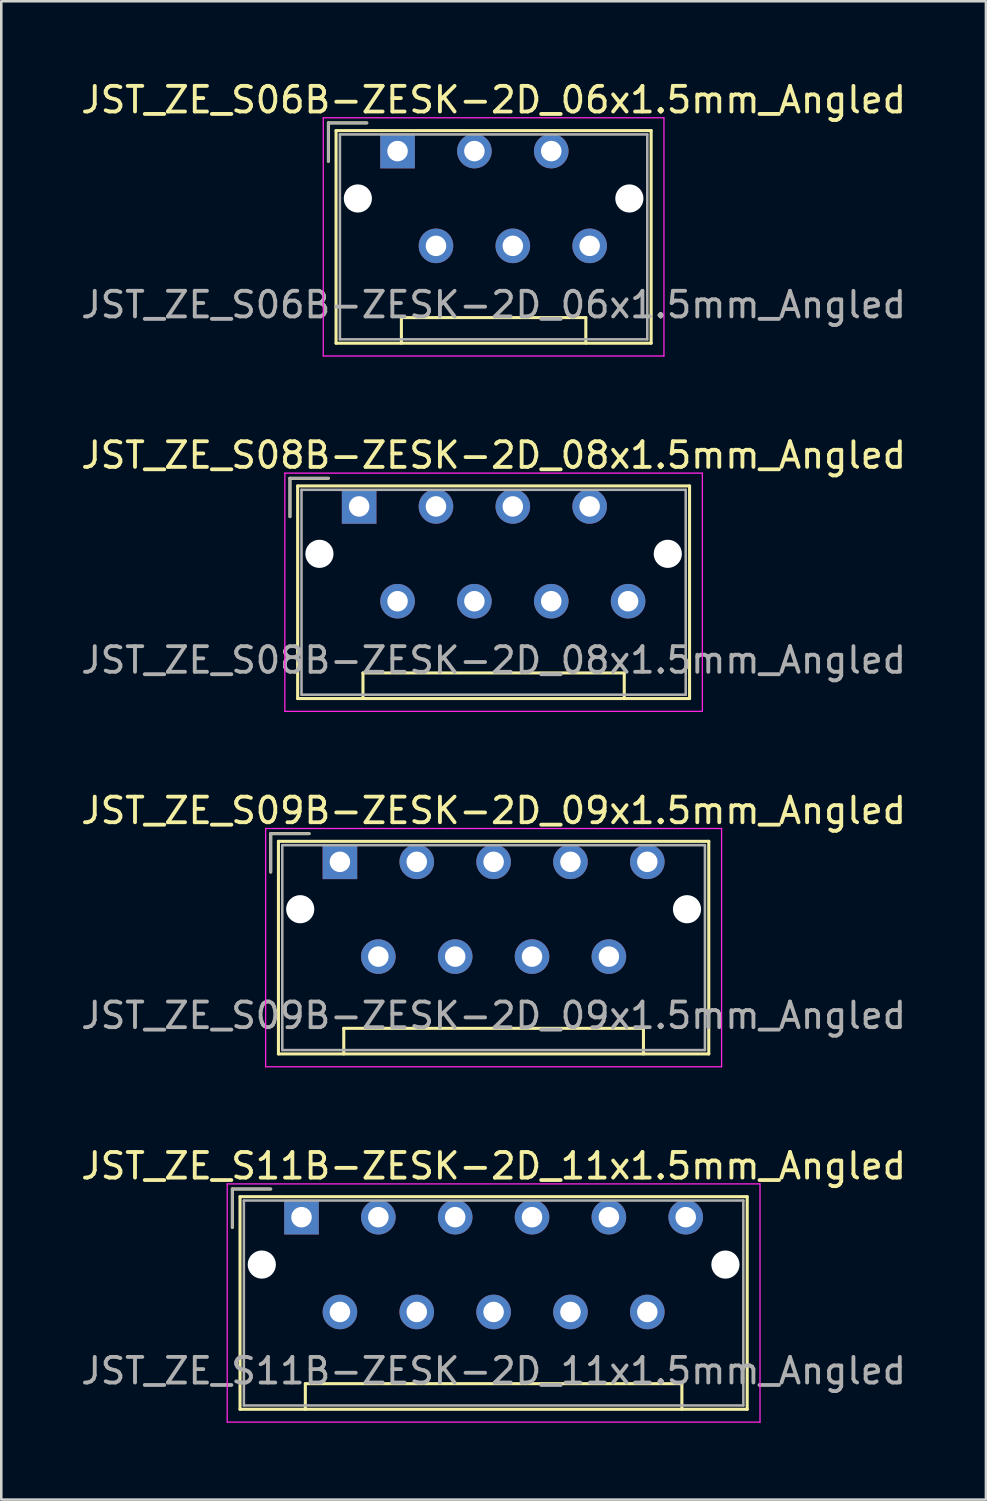
<source format=kicad_pcb>
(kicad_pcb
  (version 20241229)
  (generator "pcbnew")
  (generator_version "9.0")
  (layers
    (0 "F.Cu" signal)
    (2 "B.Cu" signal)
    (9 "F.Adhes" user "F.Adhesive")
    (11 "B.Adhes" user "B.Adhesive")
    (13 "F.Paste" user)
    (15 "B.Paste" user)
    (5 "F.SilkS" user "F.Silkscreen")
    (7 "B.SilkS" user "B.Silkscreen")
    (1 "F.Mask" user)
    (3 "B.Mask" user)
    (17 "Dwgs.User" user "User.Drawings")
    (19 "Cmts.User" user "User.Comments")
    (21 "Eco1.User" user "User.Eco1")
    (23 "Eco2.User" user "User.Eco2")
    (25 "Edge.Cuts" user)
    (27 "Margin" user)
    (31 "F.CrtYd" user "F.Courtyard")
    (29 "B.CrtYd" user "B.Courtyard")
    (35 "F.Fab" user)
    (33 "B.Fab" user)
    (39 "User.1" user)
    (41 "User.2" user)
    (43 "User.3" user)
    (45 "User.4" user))
  (footprint "JST_ZE_S06B-ZESK-2D_06x1.5mm_Angled"
    (layer "F.Cu")
    (at 12.47 2.848)
    (property "Reference" "JST_ZE_S06B-ZESK-2D_06x1.5mm_Angled" (at 3.75 -2 0) (layer "F.SilkS") (effects (font (size 1 1) (thickness 0.15))))
    (attr through_hole)
    (fp_line (start -2.7 -1.1) (end -1.2 -1.1) (stroke (width 0.12) (type solid)) (layer "F.SilkS"))
    (fp_line (start -2.7 0.4) (end -2.7 -1.1) (stroke (width 0.12) (type solid)) (layer "F.SilkS"))
    (fp_line (start -2.4 -0.8) (end -2.4 7.5) (stroke (width 0.12) (type solid)) (layer "F.SilkS"))
    (fp_line (start -2.4 7.5) (end 9.9 7.5) (stroke (width 0.12) (type solid)) (layer "F.SilkS"))
    (fp_line (start 0.15 6.5) (end 7.35 6.5) (stroke (width 0.12) (type solid)) (layer "F.SilkS"))
    (fp_line (start 0.15 7.5) (end 0.15 6.5) (stroke (width 0.12) (type solid)) (layer "F.SilkS"))
    (fp_line (start 7.35 6.5) (end 7.35 7.5) (stroke (width 0.12) (type solid)) (layer "F.SilkS"))
    (fp_line (start 9.9 -0.8) (end -2.4 -0.8) (stroke (width 0.12) (type solid)) (layer "F.SilkS"))
    (fp_line (start 9.9 7.5) (end 9.9 -0.8) (stroke (width 0.12) (type solid)) (layer "F.SilkS"))
    (fp_line (start -2.9 -1.3) (end -2.9 8) (stroke (width 0.05) (type solid)) (layer "F.CrtYd"))
    (fp_line (start -2.9 8) (end 10.4 8) (stroke (width 0.05) (type solid)) (layer "F.CrtYd"))
    (fp_line (start 10.4 -1.3) (end -2.9 -1.3) (stroke (width 0.05) (type solid)) (layer "F.CrtYd"))
    (fp_line (start 10.4 8) (end 10.4 -1.3) (stroke (width 0.05) (type solid)) (layer "F.CrtYd"))
    (fp_line (start -2.7 -1.1) (end -1.2 -1.1) (stroke (width 0.1) (type solid)) (layer "F.Fab"))
    (fp_line (start -2.7 0.4) (end -2.7 -1.1) (stroke (width 0.1) (type solid)) (layer "F.Fab"))
    (fp_line (start -2.25 -0.65) (end -2.25 7.35) (stroke (width 0.1) (type solid)) (layer "F.Fab"))
    (fp_line (start -2.25 7.35) (end 9.75 7.35) (stroke (width 0.1) (type solid)) (layer "F.Fab"))
    (fp_line (start 9.75 -0.65) (end -2.25 -0.65) (stroke (width 0.1) (type solid)) (layer "F.Fab"))
    (fp_line (start 9.75 7.35) (end 9.75 -0.65) (stroke (width 0.1) (type solid)) (layer "F.Fab"))
    (fp_text user "${REFERENCE}" (at 3.75 6 0) (layer "F.Fab") (effects (font (size 1 1) (thickness 0.15))))
    (pad "" np_thru_hole circle (at -1.55 1.85) (size 1.1 1.1) (drill 1.1) (layers "*.Cu"))
    (pad "" np_thru_hole circle (at 9.05 1.85) (size 1.1 1.1) (drill 1.1) (layers "*.Cu"))
    (pad "1" thru_hole rect (at 0 0) (size 1.35 1.35) (drill 0.8) (layers "*.Cu" "*.Mask"))
    (pad "2" thru_hole circle (at 1.5 3.7) (size 1.35 1.35) (drill 0.8) (layers "*.Cu" "*.Mask"))
    (pad "3" thru_hole circle (at 3 0) (size 1.35 1.35) (drill 0.8) (layers "*.Cu" "*.Mask"))
    (pad "4" thru_hole circle (at 4.5 3.7) (size 1.35 1.35) (drill 0.8) (layers "*.Cu" "*.Mask"))
    (pad "5" thru_hole circle (at 6 0) (size 1.35 1.35) (drill 0.8) (layers "*.Cu" "*.Mask"))
    (pad "6" thru_hole circle (at 7.5 3.7) (size 1.35 1.35) (drill 0.8) (layers "*.Cu" "*.Mask")))
  (footprint "JST_ZE_S11B-ZESK-2D_11x1.5mm_Angled"
    (layer "F.Cu")
    (at 8.72 44.468)
    (property "Reference" "JST_ZE_S11B-ZESK-2D_11x1.5mm_Angled" (at 7.5 -2 0) (layer "F.SilkS") (effects (font (size 1 1) (thickness 0.15))))
    (attr through_hole)
    (fp_line (start -2.7 -1.1) (end -1.2 -1.1) (stroke (width 0.12) (type solid)) (layer "F.SilkS"))
    (fp_line (start -2.7 0.4) (end -2.7 -1.1) (stroke (width 0.12) (type solid)) (layer "F.SilkS"))
    (fp_line (start -2.4 -0.8) (end -2.4 7.5) (stroke (width 0.12) (type solid)) (layer "F.SilkS"))
    (fp_line (start -2.4 7.5) (end 17.4 7.5) (stroke (width 0.12) (type solid)) (layer "F.SilkS"))
    (fp_line (start 0.15 6.5) (end 14.85 6.5) (stroke (width 0.12) (type solid)) (layer "F.SilkS"))
    (fp_line (start 0.15 7.5) (end 0.15 6.5) (stroke (width 0.12) (type solid)) (layer "F.SilkS"))
    (fp_line (start 14.85 6.5) (end 14.85 7.5) (stroke (width 0.12) (type solid)) (layer "F.SilkS"))
    (fp_line (start 17.4 -0.8) (end -2.4 -0.8) (stroke (width 0.12) (type solid)) (layer "F.SilkS"))
    (fp_line (start 17.4 7.5) (end 17.4 -0.8) (stroke (width 0.12) (type solid)) (layer "F.SilkS"))
    (fp_line (start -2.9 -1.3) (end -2.9 8) (stroke (width 0.05) (type solid)) (layer "F.CrtYd"))
    (fp_line (start -2.9 8) (end 17.9 8) (stroke (width 0.05) (type solid)) (layer "F.CrtYd"))
    (fp_line (start 17.9 -1.3) (end -2.9 -1.3) (stroke (width 0.05) (type solid)) (layer "F.CrtYd"))
    (fp_line (start 17.9 8) (end 17.9 -1.3) (stroke (width 0.05) (type solid)) (layer "F.CrtYd"))
    (fp_line (start -2.7 -1.1) (end -1.2 -1.1) (stroke (width 0.1) (type solid)) (layer "F.Fab"))
    (fp_line (start -2.7 0.4) (end -2.7 -1.1) (stroke (width 0.1) (type solid)) (layer "F.Fab"))
    (fp_line (start -2.25 -0.65) (end -2.25 7.35) (stroke (width 0.1) (type solid)) (layer "F.Fab"))
    (fp_line (start -2.25 7.35) (end 17.25 7.35) (stroke (width 0.1) (type solid)) (layer "F.Fab"))
    (fp_line (start 17.25 -0.65) (end -2.25 -0.65) (stroke (width 0.1) (type solid)) (layer "F.Fab"))
    (fp_line (start 17.25 7.35) (end 17.25 -0.65) (stroke (width 0.1) (type solid)) (layer "F.Fab"))
    (fp_text user "${REFERENCE}" (at 7.5 6 0) (layer "F.Fab") (effects (font (size 1 1) (thickness 0.15))))
    (pad "" np_thru_hole circle (at -1.55 1.85) (size 1.1 1.1) (drill 1.1) (layers "*.Cu"))
    (pad "" np_thru_hole circle (at 16.55 1.85) (size 1.1 1.1) (drill 1.1) (layers "*.Cu"))
    (pad "1" thru_hole rect (at 0 0) (size 1.35 1.35) (drill 0.8) (layers "*.Cu" "*.Mask"))
    (pad "2" thru_hole circle (at 1.5 3.7) (size 1.35 1.35) (drill 0.8) (layers "*.Cu" "*.Mask"))
    (pad "3" thru_hole circle (at 3 0) (size 1.35 1.35) (drill 0.8) (layers "*.Cu" "*.Mask"))
    (pad "4" thru_hole circle (at 4.5 3.7) (size 1.35 1.35) (drill 0.8) (layers "*.Cu" "*.Mask"))
    (pad "5" thru_hole circle (at 6 0) (size 1.35 1.35) (drill 0.8) (layers "*.Cu" "*.Mask"))
    (pad "6" thru_hole circle (at 7.5 3.7) (size 1.35 1.35) (drill 0.8) (layers "*.Cu" "*.Mask"))
    (pad "7" thru_hole circle (at 9 0) (size 1.35 1.35) (drill 0.8) (layers "*.Cu" "*.Mask"))
    (pad "8" thru_hole circle (at 10.5 3.7) (size 1.35 1.35) (drill 0.8) (layers "*.Cu" "*.Mask"))
    (pad "9" thru_hole circle (at 12 0) (size 1.35 1.35) (drill 0.8) (layers "*.Cu" "*.Mask"))
    (pad "10" thru_hole circle (at 13.5 3.7) (size 1.35 1.35) (drill 0.8) (layers "*.Cu" "*.Mask"))
    (pad "11" thru_hole circle (at 15 0) (size 1.35 1.35) (drill 0.8) (layers "*.Cu" "*.Mask")))
  (footprint "JST_ZE_S08B-ZESK-2D_08x1.5mm_Angled"
    (layer "F.Cu")
    (at 10.97 16.721)
    (property "Reference" "JST_ZE_S08B-ZESK-2D_08x1.5mm_Angled" (at 5.25 -2 0) (layer "F.SilkS") (effects (font (size 1 1) (thickness 0.15))))
    (attr through_hole)
    (fp_line (start -2.7 -1.1) (end -1.2 -1.1) (stroke (width 0.12) (type solid)) (layer "F.SilkS"))
    (fp_line (start -2.7 0.4) (end -2.7 -1.1) (stroke (width 0.12) (type solid)) (layer "F.SilkS"))
    (fp_line (start -2.4 -0.8) (end -2.4 7.5) (stroke (width 0.12) (type solid)) (layer "F.SilkS"))
    (fp_line (start -2.4 7.5) (end 12.9 7.5) (stroke (width 0.12) (type solid)) (layer "F.SilkS"))
    (fp_line (start 0.15 6.5) (end 10.35 6.5) (stroke (width 0.12) (type solid)) (layer "F.SilkS"))
    (fp_line (start 0.15 7.5) (end 0.15 6.5) (stroke (width 0.12) (type solid)) (layer "F.SilkS"))
    (fp_line (start 10.35 6.5) (end 10.35 7.5) (stroke (width 0.12) (type solid)) (layer "F.SilkS"))
    (fp_line (start 12.9 -0.8) (end -2.4 -0.8) (stroke (width 0.12) (type solid)) (layer "F.SilkS"))
    (fp_line (start 12.9 7.5) (end 12.9 -0.8) (stroke (width 0.12) (type solid)) (layer "F.SilkS"))
    (fp_line (start -2.9 -1.3) (end -2.9 8) (stroke (width 0.05) (type solid)) (layer "F.CrtYd"))
    (fp_line (start -2.9 8) (end 13.4 8) (stroke (width 0.05) (type solid)) (layer "F.CrtYd"))
    (fp_line (start 13.4 -1.3) (end -2.9 -1.3) (stroke (width 0.05) (type solid)) (layer "F.CrtYd"))
    (fp_line (start 13.4 8) (end 13.4 -1.3) (stroke (width 0.05) (type solid)) (layer "F.CrtYd"))
    (fp_line (start -2.7 -1.1) (end -1.2 -1.1) (stroke (width 0.1) (type solid)) (layer "F.Fab"))
    (fp_line (start -2.7 0.4) (end -2.7 -1.1) (stroke (width 0.1) (type solid)) (layer "F.Fab"))
    (fp_line (start -2.25 -0.65) (end -2.25 7.35) (stroke (width 0.1) (type solid)) (layer "F.Fab"))
    (fp_line (start -2.25 7.35) (end 12.75 7.35) (stroke (width 0.1) (type solid)) (layer "F.Fab"))
    (fp_line (start 12.75 -0.65) (end -2.25 -0.65) (stroke (width 0.1) (type solid)) (layer "F.Fab"))
    (fp_line (start 12.75 7.35) (end 12.75 -0.65) (stroke (width 0.1) (type solid)) (layer "F.Fab"))
    (fp_text user "${REFERENCE}" (at 5.25 6 0) (layer "F.Fab") (effects (font (size 1 1) (thickness 0.15))))
    (pad "" np_thru_hole circle (at -1.55 1.85) (size 1.1 1.1) (drill 1.1) (layers "*.Cu"))
    (pad "" np_thru_hole circle (at 12.05 1.85) (size 1.1 1.1) (drill 1.1) (layers "*.Cu"))
    (pad "1" thru_hole rect (at 0 0) (size 1.35 1.35) (drill 0.8) (layers "*.Cu" "*.Mask"))
    (pad "2" thru_hole circle (at 1.5 3.7) (size 1.35 1.35) (drill 0.8) (layers "*.Cu" "*.Mask"))
    (pad "3" thru_hole circle (at 3 0) (size 1.35 1.35) (drill 0.8) (layers "*.Cu" "*.Mask"))
    (pad "4" thru_hole circle (at 4.5 3.7) (size 1.35 1.35) (drill 0.8) (layers "*.Cu" "*.Mask"))
    (pad "5" thru_hole circle (at 6 0) (size 1.35 1.35) (drill 0.8) (layers "*.Cu" "*.Mask"))
    (pad "6" thru_hole circle (at 7.5 3.7) (size 1.35 1.35) (drill 0.8) (layers "*.Cu" "*.Mask"))
    (pad "7" thru_hole circle (at 9 0) (size 1.35 1.35) (drill 0.8) (layers "*.Cu" "*.Mask"))
    (pad "8" thru_hole circle (at 10.5 3.7) (size 1.35 1.35) (drill 0.8) (layers "*.Cu" "*.Mask")))
  (footprint "JST_ZE_S09B-ZESK-2D_09x1.5mm_Angled"
    (layer "F.Cu")
    (at 10.22 30.595)
    (property "Reference" "JST_ZE_S09B-ZESK-2D_09x1.5mm_Angled" (at 6 -2 0) (layer "F.SilkS") (effects (font (size 1 1) (thickness 0.15))))
    (attr through_hole)
    (fp_line (start -2.7 -1.1) (end -1.2 -1.1) (stroke (width 0.12) (type solid)) (layer "F.SilkS"))
    (fp_line (start -2.7 0.4) (end -2.7 -1.1) (stroke (width 0.12) (type solid)) (layer "F.SilkS"))
    (fp_line (start -2.4 -0.8) (end -2.4 7.5) (stroke (width 0.12) (type solid)) (layer "F.SilkS"))
    (fp_line (start -2.4 7.5) (end 14.4 7.5) (stroke (width 0.12) (type solid)) (layer "F.SilkS"))
    (fp_line (start 0.15 6.5) (end 11.85 6.5) (stroke (width 0.12) (type solid)) (layer "F.SilkS"))
    (fp_line (start 0.15 7.5) (end 0.15 6.5) (stroke (width 0.12) (type solid)) (layer "F.SilkS"))
    (fp_line (start 11.85 6.5) (end 11.85 7.5) (stroke (width 0.12) (type solid)) (layer "F.SilkS"))
    (fp_line (start 14.4 -0.8) (end -2.4 -0.8) (stroke (width 0.12) (type solid)) (layer "F.SilkS"))
    (fp_line (start 14.4 7.5) (end 14.4 -0.8) (stroke (width 0.12) (type solid)) (layer "F.SilkS"))
    (fp_line (start -2.9 -1.3) (end -2.9 8) (stroke (width 0.05) (type solid)) (layer "F.CrtYd"))
    (fp_line (start -2.9 8) (end 14.9 8) (stroke (width 0.05) (type solid)) (layer "F.CrtYd"))
    (fp_line (start 14.9 -1.3) (end -2.9 -1.3) (stroke (width 0.05) (type solid)) (layer "F.CrtYd"))
    (fp_line (start 14.9 8) (end 14.9 -1.3) (stroke (width 0.05) (type solid)) (layer "F.CrtYd"))
    (fp_line (start -2.7 -1.1) (end -1.2 -1.1) (stroke (width 0.1) (type solid)) (layer "F.Fab"))
    (fp_line (start -2.7 0.4) (end -2.7 -1.1) (stroke (width 0.1) (type solid)) (layer "F.Fab"))
    (fp_line (start -2.25 -0.65) (end -2.25 7.35) (stroke (width 0.1) (type solid)) (layer "F.Fab"))
    (fp_line (start -2.25 7.35) (end 14.25 7.35) (stroke (width 0.1) (type solid)) (layer "F.Fab"))
    (fp_line (start 14.25 -0.65) (end -2.25 -0.65) (stroke (width 0.1) (type solid)) (layer "F.Fab"))
    (fp_line (start 14.25 7.35) (end 14.25 -0.65) (stroke (width 0.1) (type solid)) (layer "F.Fab"))
    (fp_text user "${REFERENCE}" (at 6 6 0) (layer "F.Fab") (effects (font (size 1 1) (thickness 0.15))))
    (pad "" np_thru_hole circle (at -1.55 1.85) (size 1.1 1.1) (drill 1.1) (layers "*.Cu"))
    (pad "" np_thru_hole circle (at 13.55 1.85) (size 1.1 1.1) (drill 1.1) (layers "*.Cu"))
    (pad "1" thru_hole rect (at 0 0) (size 1.35 1.35) (drill 0.8) (layers "*.Cu" "*.Mask"))
    (pad "2" thru_hole circle (at 1.5 3.7) (size 1.35 1.35) (drill 0.8) (layers "*.Cu" "*.Mask"))
    (pad "3" thru_hole circle (at 3 0) (size 1.35 1.35) (drill 0.8) (layers "*.Cu" "*.Mask"))
    (pad "4" thru_hole circle (at 4.5 3.7) (size 1.35 1.35) (drill 0.8) (layers "*.Cu" "*.Mask"))
    (pad "5" thru_hole circle (at 6 0) (size 1.35 1.35) (drill 0.8) (layers "*.Cu" "*.Mask"))
    (pad "6" thru_hole circle (at 7.5 3.7) (size 1.35 1.35) (drill 0.8) (layers "*.Cu" "*.Mask"))
    (pad "7" thru_hole circle (at 9 0) (size 1.35 1.35) (drill 0.8) (layers "*.Cu" "*.Mask"))
    (pad "8" thru_hole circle (at 10.5 3.7) (size 1.35 1.35) (drill 0.8) (layers "*.Cu" "*.Mask"))
    (pad "9" thru_hole circle (at 12 0) (size 1.35 1.35) (drill 0.8) (layers "*.Cu" "*.Mask")))
  (gr_rect
    (start -3 -3)
    (end 35.44 55.493)
    (stroke (width 0.1) (type default))
    (fill no)
    (layer "Edge.Cuts")))
</source>
